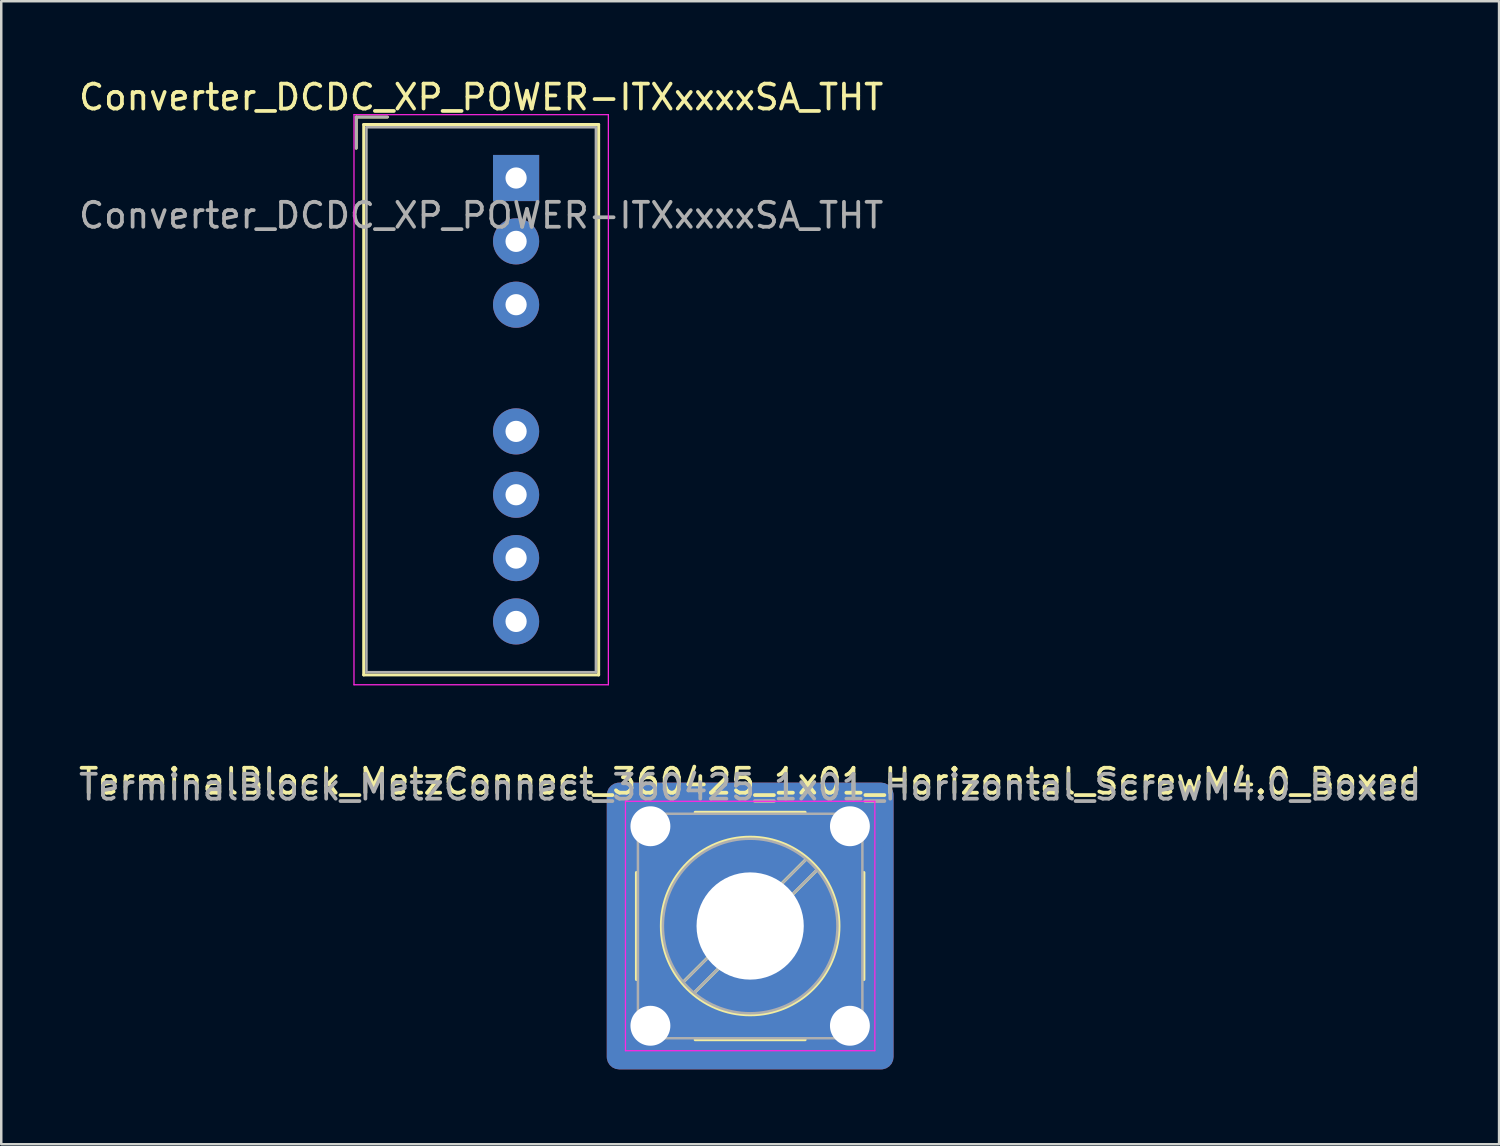
<source format=kicad_pcb>
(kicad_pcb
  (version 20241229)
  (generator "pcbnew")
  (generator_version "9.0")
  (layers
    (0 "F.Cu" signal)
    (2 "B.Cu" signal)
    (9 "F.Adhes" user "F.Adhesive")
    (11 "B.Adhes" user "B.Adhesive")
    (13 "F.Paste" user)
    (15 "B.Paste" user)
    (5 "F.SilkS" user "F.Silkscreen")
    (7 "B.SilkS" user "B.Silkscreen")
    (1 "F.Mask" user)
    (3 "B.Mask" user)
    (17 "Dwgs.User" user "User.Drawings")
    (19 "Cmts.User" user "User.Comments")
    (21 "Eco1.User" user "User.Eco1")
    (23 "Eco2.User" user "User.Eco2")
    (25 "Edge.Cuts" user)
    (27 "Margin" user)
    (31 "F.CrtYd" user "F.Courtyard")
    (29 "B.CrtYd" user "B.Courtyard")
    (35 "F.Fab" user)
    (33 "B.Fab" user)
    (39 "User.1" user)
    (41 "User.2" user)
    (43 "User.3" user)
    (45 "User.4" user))
  (footprint "TerminalBlock_MetzConnect_360425_1x01_Horizontal_ScrewM4.0_Boxed"
    (layer "F.Cu")
    (at 23.03 30.081)
    (property "Reference" "TerminalBlock_MetzConnect_360425_1x01_Horizontal_ScrewM4.0_Boxed" (at 4 -1.8 0) (layer "F.SilkS") (effects (font (size 1 1) (thickness 0.15))))
    (attr through_hole)
    (fp_line (start -0.56 1.855) (end -0.56 6.145) (stroke (width 0.12) (type solid)) (layer "F.SilkS"))
    (fp_line (start 1.796 -0.56) (end 6.204 -0.56) (stroke (width 0.12) (type solid)) (layer "F.SilkS"))
    (fp_line (start 1.796 8.56) (end 6.204 8.56) (stroke (width 0.12) (type solid)) (layer "F.SilkS"))
    (fp_line (start 6.266 1.3) (end 1.299 6.266) (stroke (width 0.12) (type solid)) (layer "F.SilkS"))
    (fp_line (start 6.7 1.734) (end 1.734 6.7) (stroke (width 0.12) (type solid)) (layer "F.SilkS"))
    (fp_line (start 8.56 1.855) (end 8.56 6.145) (stroke (width 0.12) (type solid)) (layer "F.SilkS"))
    (fp_circle (center 4 4) (end 7.56 4) (stroke (width 0.12) (type solid)) (fill no) (layer "F.SilkS"))
    (fp_line (start -1 -1) (end -1 9) (stroke (width 0.05) (type solid)) (layer "F.CrtYd"))
    (fp_line (start -1 9) (end 9 9) (stroke (width 0.05) (type solid)) (layer "F.CrtYd"))
    (fp_line (start 9 -1) (end -1 -1) (stroke (width 0.05) (type solid)) (layer "F.CrtYd"))
    (fp_line (start 9 9) (end 9 -1) (stroke (width 0.05) (type solid)) (layer "F.CrtYd"))
    (fp_line (start -0.5 -0.5) (end -0.5 8.5) (stroke (width 0.1) (type solid)) (layer "F.Fab"))
    (fp_line (start -0.5 -0.5) (end 8.5 -0.5) (stroke (width 0.1) (type solid)) (layer "F.Fab"))
    (fp_line (start -0.5 8.5) (end 8.5 8.5) (stroke (width 0.1) (type solid)) (layer "F.Fab"))
    (fp_line (start 6.228 1.345) (end 1.345 6.227) (stroke (width 0.1) (type solid)) (layer "F.Fab"))
    (fp_line (start 6.655 1.772) (end 1.772 6.654) (stroke (width 0.1) (type solid)) (layer "F.Fab"))
    (fp_line (start 8.5 -0.5) (end 8.5 8.5) (stroke (width 0.1) (type solid)) (layer "F.Fab"))
    (fp_circle (center 4 4) (end 7.5 4) (stroke (width 0.1) (type solid)) (fill no) (layer "F.Fab"))
    (fp_text user "${REFERENCE}" (at 4 -1.56 0) (layer "F.Fab") (effects (font (size 1 1) (thickness 0.15))))
    (pad "1" thru_hole circle (at 0 0) (size 3.2 3.2) (drill 1.6) (layers "*.Cu" "*.Mask"))
    (pad "1" thru_hole circle (at 0 8) (size 3.2 3.2) (drill 1.6) (layers "*.Cu" "*.Mask"))
    (pad "1" thru_hole custom (at 4 4) (size 10 10) (drill 4.3) (layers "*.Cu" "*.Mask") (options (anchor circle)) (primitives (gr_poly (pts (xy 5.25 5.25) (xy -5.25 5.25) (xy -5.25 -5.25) (xy 5.25 -5.25)) (width 1) (fill yes))))
    (pad "1" thru_hole circle (at 8 0) (size 3.2 3.2) (drill 1.6) (layers "*.Cu" "*.Mask"))
    (pad "1" thru_hole circle (at 8 8) (size 3.2 3.2) (drill 1.6) (layers "*.Cu" "*.Mask")))
  (footprint "Converter_DCDC_XP_POWER-ITXxxxxSA_THT"
    (layer "F.Cu")
    (at 17.644 4.088)
    (property "Reference" "Converter_DCDC_XP_POWER-ITXxxxxSA_THT" (at -1.4 -3.24 0) (layer "F.SilkS") (effects (font (size 1 1) (thickness 0.15))))
    (attr through_hole)
    (fp_line (start -6.41 -2.445) (end -6.41 -1.195) (stroke (width 0.12) (type solid)) (layer "F.SilkS"))
    (fp_line (start -6.11 -2.145) (end -6.11 19.925) (stroke (width 0.12) (type solid)) (layer "F.SilkS"))
    (fp_line (start -6.11 19.925) (end 3.31 19.925) (stroke (width 0.12) (type solid)) (layer "F.SilkS"))
    (fp_line (start -5.16 -2.445) (end -6.41 -2.445) (stroke (width 0.12) (type solid)) (layer "F.SilkS"))
    (fp_line (start 3.31 -2.145) (end -6.11 -2.145) (stroke (width 0.12) (type solid)) (layer "F.SilkS"))
    (fp_line (start 3.31 19.925) (end 3.31 -2.145) (stroke (width 0.12) (type solid)) (layer "F.SilkS"))
    (fp_line (start -6.5 -2.54) (end -6.5 20.32) (stroke (width 0.05) (type solid)) (layer "F.CrtYd"))
    (fp_line (start -6.5 20.32) (end 3.7 20.32) (stroke (width 0.05) (type solid)) (layer "F.CrtYd"))
    (fp_line (start 3.7 -2.54) (end -6.5 -2.54) (stroke (width 0.05) (type solid)) (layer "F.CrtYd"))
    (fp_line (start 3.7 20.32) (end 3.7 -2.54) (stroke (width 0.05) (type solid)) (layer "F.CrtYd"))
    (fp_line (start -6.41 -2.445) (end -6.41 -1.195) (stroke (width 0.1) (type solid)) (layer "F.Fab"))
    (fp_line (start -6 -2.035) (end -6 19.815) (stroke (width 0.1) (type solid)) (layer "F.Fab"))
    (fp_line (start -6 19.815) (end 3.2 19.815) (stroke (width 0.1) (type solid)) (layer "F.Fab"))
    (fp_line (start -5.16 -2.445) (end -6.41 -2.445) (stroke (width 0.1) (type solid)) (layer "F.Fab"))
    (fp_line (start 3.2 -2.035) (end -6 -2.035) (stroke (width 0.1) (type solid)) (layer "F.Fab"))
    (fp_line (start 3.2 19.815) (end 3.2 -2.035) (stroke (width 0.1) (type solid)) (layer "F.Fab"))
    (fp_text user "${REFERENCE}" (at -1.4 1.5 0) (layer "F.Fab") (effects (font (size 1 1) (thickness 0.15))))
    (pad "1" thru_hole rect (at 0 0) (size 1.85 1.85) (drill 0.85) (layers "*.Cu" "*.Mask"))
    (pad "2" thru_hole circle (at 0 2.54) (size 1.85 1.85) (drill 0.85) (layers "*.Cu" "*.Mask"))
    (pad "3" thru_hole circle (at 0 5.08) (size 1.85 1.85) (drill 0.85) (layers "*.Cu" "*.Mask"))
    (pad "5" thru_hole circle (at 0 10.16) (size 1.85 1.85) (drill 0.85) (layers "*.Cu" "*.Mask"))
    (pad "6" thru_hole circle (at 0 12.7) (size 1.85 1.85) (drill 0.85) (layers "*.Cu" "*.Mask"))
    (pad "7" thru_hole circle (at 0 15.24) (size 1.85 1.85) (drill 0.85) (layers "*.Cu" "*.Mask"))
    (pad "8" thru_hole circle (at 0 17.78) (size 1.85 1.85) (drill 0.85) (layers "*.Cu" "*.Mask")))
  (gr_rect
    (start -3 -3)
    (end 57.06 42.831)
    (stroke (width 0.1) (type default))
    (fill no)
    (layer "Edge.Cuts")))
</source>
